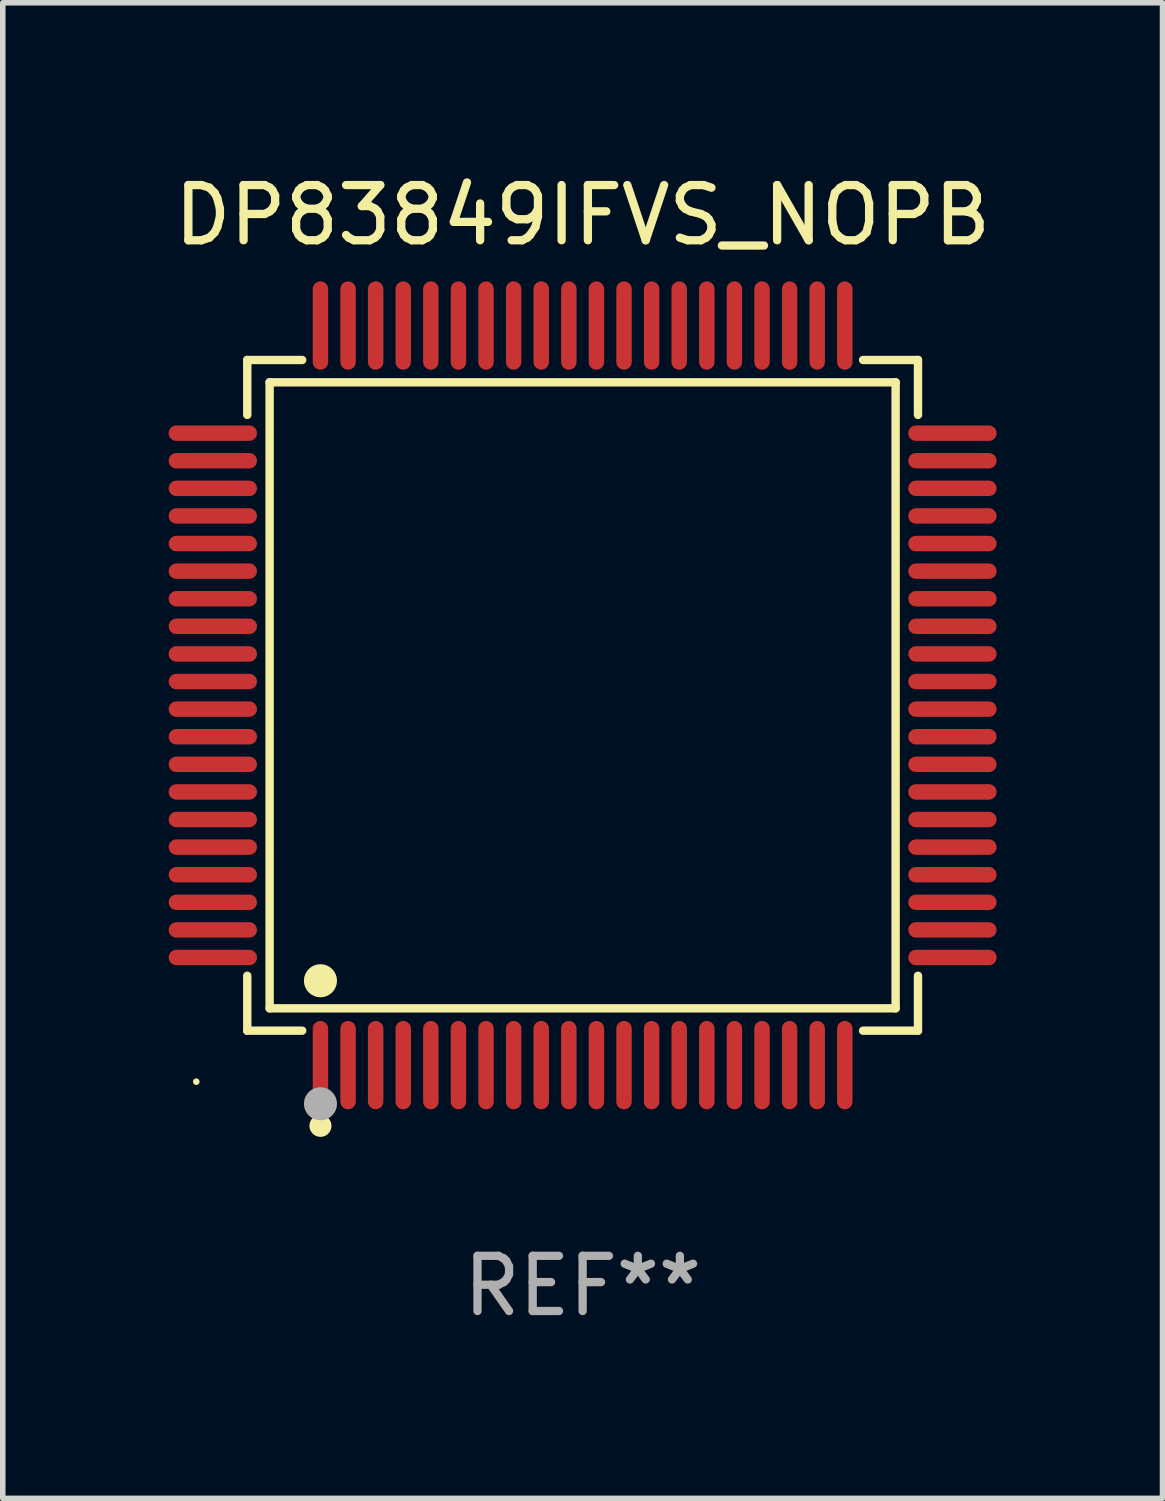
<source format=kicad_pcb>
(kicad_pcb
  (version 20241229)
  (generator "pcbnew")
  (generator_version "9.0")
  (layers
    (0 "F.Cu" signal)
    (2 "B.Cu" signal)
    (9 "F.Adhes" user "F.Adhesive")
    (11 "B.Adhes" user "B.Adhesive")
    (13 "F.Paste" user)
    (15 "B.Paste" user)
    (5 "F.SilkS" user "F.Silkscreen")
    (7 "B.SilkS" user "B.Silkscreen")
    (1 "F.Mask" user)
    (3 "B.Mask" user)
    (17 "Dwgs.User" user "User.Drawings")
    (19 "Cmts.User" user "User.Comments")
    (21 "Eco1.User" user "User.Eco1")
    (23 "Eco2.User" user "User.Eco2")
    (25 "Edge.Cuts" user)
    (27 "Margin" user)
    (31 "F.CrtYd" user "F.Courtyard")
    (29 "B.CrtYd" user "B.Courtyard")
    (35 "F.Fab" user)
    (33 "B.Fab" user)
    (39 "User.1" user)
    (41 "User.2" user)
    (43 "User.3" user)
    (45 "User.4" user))
  (footprint "DP83849IFVS_NOPB"
    (layer "F.Cu")
    (at 7.506 9.548)
    (property "Reference" "DP83849IFVS_NOPB" (at 0 -8.7 0) (layer "F.SilkS") (effects (font (size 1 1) (thickness 0.15))))
    (attr through_hole)
    (fp_line (start -6.076 -6.076) (end -5.081 -6.076) (stroke (width 0.152) (type solid)) (layer "F.SilkS"))
    (fp_line (start -6.076 -5.081) (end -6.076 -6.076) (stroke (width 0.152) (type solid)) (layer "F.SilkS"))
    (fp_line (start -6.076 5.081) (end -6.076 6.076) (stroke (width 0.152) (type solid)) (layer "F.SilkS"))
    (fp_line (start -6.076 6.076) (end -5.081 6.076) (stroke (width 0.152) (type solid)) (layer "F.SilkS"))
    (fp_line (start -5.671 -5.671) (end 5.671 -5.671) (stroke (width 0.152) (type solid)) (layer "F.SilkS"))
    (fp_line (start -5.671 5.671) (end -5.671 -5.671) (stroke (width 0.152) (type solid)) (layer "F.SilkS"))
    (fp_line (start 5.671 -5.671) (end 5.671 5.671) (stroke (width 0.152) (type solid)) (layer "F.SilkS"))
    (fp_line (start 5.671 5.671) (end -5.671 5.671) (stroke (width 0.152) (type solid)) (layer "F.SilkS"))
    (fp_line (start 6.076 -6.076) (end 5.081 -6.076) (stroke (width 0.152) (type solid)) (layer "F.SilkS"))
    (fp_line (start 6.076 -5.081) (end 6.076 -6.076) (stroke (width 0.152) (type solid)) (layer "F.SilkS"))
    (fp_line (start 6.076 5.081) (end 6.076 6.076) (stroke (width 0.152) (type solid)) (layer "F.SilkS"))
    (fp_line (start 6.076 6.076) (end 5.081 6.076) (stroke (width 0.152) (type solid)) (layer "F.SilkS"))
    (fp_circle (center -7 7) (end -6.97 7) (stroke (width 0.06) (type solid)) (fill no) (layer "F.SilkS"))
    (fp_circle (center -4.75 5.171) (end -4.6 5.171) (stroke (width 0.3) (type solid)) (fill no) (layer "F.SilkS"))
    (fp_circle (center -4.75 7.8) (end -4.65 7.8) (stroke (width 0.2) (type solid)) (fill no) (layer "F.SilkS"))
    (fp_circle (center -4.75 7.4) (end -4.6 7.4) (stroke (width 0.3) (type solid)) (fill no) (layer "F.Fab"))
    (fp_text user "REF**" (at 0 10.7 0) (layer "F.Fab") (effects (font (size 1 1) (thickness 0.15))))
    (pad "1" smd oval (at -4.75 6.7) (size 0.28 1.6) (layers "F.Cu" "F.Mask" "F.Paste"))
    (pad "2" smd oval (at -4.25 6.7) (size 0.28 1.6) (layers "F.Cu" "F.Mask" "F.Paste"))
    (pad "3" smd oval (at -3.75 6.7) (size 0.28 1.6) (layers "F.Cu" "F.Mask" "F.Paste"))
    (pad "4" smd oval (at -3.25 6.7) (size 0.28 1.6) (layers "F.Cu" "F.Mask" "F.Paste"))
    (pad "5" smd oval (at -2.75 6.7) (size 0.28 1.6) (layers "F.Cu" "F.Mask" "F.Paste"))
    (pad "6" smd oval (at -2.25 6.7) (size 0.28 1.6) (layers "F.Cu" "F.Mask" "F.Paste"))
    (pad "7" smd oval (at -1.75 6.7) (size 0.28 1.6) (layers "F.Cu" "F.Mask" "F.Paste"))
    (pad "8" smd oval (at -1.25 6.7) (size 0.28 1.6) (layers "F.Cu" "F.Mask" "F.Paste"))
    (pad "9" smd oval (at -0.75 6.7) (size 0.28 1.6) (layers "F.Cu" "F.Mask" "F.Paste"))
    (pad "10" smd oval (at -0.25 6.7) (size 0.28 1.6) (layers "F.Cu" "F.Mask" "F.Paste"))
    (pad "11" smd oval (at 0.25 6.7) (size 0.28 1.6) (layers "F.Cu" "F.Mask" "F.Paste"))
    (pad "12" smd oval (at 0.75 6.7) (size 0.28 1.6) (layers "F.Cu" "F.Mask" "F.Paste"))
    (pad "13" smd oval (at 1.25 6.7) (size 0.28 1.6) (layers "F.Cu" "F.Mask" "F.Paste"))
    (pad "14" smd oval (at 1.75 6.7) (size 0.28 1.6) (layers "F.Cu" "F.Mask" "F.Paste"))
    (pad "15" smd oval (at 2.25 6.7) (size 0.28 1.6) (layers "F.Cu" "F.Mask" "F.Paste"))
    (pad "16" smd oval (at 2.75 6.7) (size 0.28 1.6) (layers "F.Cu" "F.Mask" "F.Paste"))
    (pad "17" smd oval (at 3.25 6.7) (size 0.28 1.6) (layers "F.Cu" "F.Mask" "F.Paste"))
    (pad "18" smd oval (at 3.75 6.7) (size 0.28 1.6) (layers "F.Cu" "F.Mask" "F.Paste"))
    (pad "19" smd oval (at 4.25 6.7) (size 0.28 1.6) (layers "F.Cu" "F.Mask" "F.Paste"))
    (pad "20" smd oval (at 4.75 6.7) (size 0.28 1.6) (layers "F.Cu" "F.Mask" "F.Paste"))
    (pad "21" smd oval (at 6.7 4.75) (size 1.6 0.28) (layers "F.Cu" "F.Mask" "F.Paste"))
    (pad "22" smd oval (at 6.7 4.25) (size 1.6 0.28) (layers "F.Cu" "F.Mask" "F.Paste"))
    (pad "23" smd oval (at 6.7 3.75) (size 1.6 0.28) (layers "F.Cu" "F.Mask" "F.Paste"))
    (pad "24" smd oval (at 6.7 3.25) (size 1.6 0.28) (layers "F.Cu" "F.Mask" "F.Paste"))
    (pad "25" smd oval (at 6.7 2.75) (size 1.6 0.28) (layers "F.Cu" "F.Mask" "F.Paste"))
    (pad "26" smd oval (at 6.7 2.25) (size 1.6 0.28) (layers "F.Cu" "F.Mask" "F.Paste"))
    (pad "27" smd oval (at 6.7 1.75) (size 1.6 0.28) (layers "F.Cu" "F.Mask" "F.Paste"))
    (pad "28" smd oval (at 6.7 1.25) (size 1.6 0.28) (layers "F.Cu" "F.Mask" "F.Paste"))
    (pad "29" smd oval (at 6.7 0.75) (size 1.6 0.28) (layers "F.Cu" "F.Mask" "F.Paste"))
    (pad "30" smd oval (at 6.7 0.25) (size 1.6 0.28) (layers "F.Cu" "F.Mask" "F.Paste"))
    (pad "31" smd oval (at 6.7 -0.25) (size 1.6 0.28) (layers "F.Cu" "F.Mask" "F.Paste"))
    (pad "32" smd oval (at 6.7 -0.75) (size 1.6 0.28) (layers "F.Cu" "F.Mask" "F.Paste"))
    (pad "33" smd oval (at 6.7 -1.25) (size 1.6 0.28) (layers "F.Cu" "F.Mask" "F.Paste"))
    (pad "34" smd oval (at 6.7 -1.75) (size 1.6 0.28) (layers "F.Cu" "F.Mask" "F.Paste"))
    (pad "35" smd oval (at 6.7 -2.25) (size 1.6 0.28) (layers "F.Cu" "F.Mask" "F.Paste"))
    (pad "36" smd oval (at 6.7 -2.75) (size 1.6 0.28) (layers "F.Cu" "F.Mask" "F.Paste"))
    (pad "37" smd oval (at 6.7 -3.25) (size 1.6 0.28) (layers "F.Cu" "F.Mask" "F.Paste"))
    (pad "38" smd oval (at 6.7 -3.75) (size 1.6 0.28) (layers "F.Cu" "F.Mask" "F.Paste"))
    (pad "39" smd oval (at 6.7 -4.25) (size 1.6 0.28) (layers "F.Cu" "F.Mask" "F.Paste"))
    (pad "40" smd oval (at 6.7 -4.75) (size 1.6 0.28) (layers "F.Cu" "F.Mask" "F.Paste"))
    (pad "41" smd oval (at 4.75 -6.7) (size 0.28 1.6) (layers "F.Cu" "F.Mask" "F.Paste"))
    (pad "42" smd oval (at 4.25 -6.7) (size 0.28 1.6) (layers "F.Cu" "F.Mask" "F.Paste"))
    (pad "43" smd oval (at 3.75 -6.7) (size 0.28 1.6) (layers "F.Cu" "F.Mask" "F.Paste"))
    (pad "44" smd oval (at 3.25 -6.7) (size 0.28 1.6) (layers "F.Cu" "F.Mask" "F.Paste"))
    (pad "45" smd oval (at 2.75 -6.7) (size 0.28 1.6) (layers "F.Cu" "F.Mask" "F.Paste"))
    (pad "46" smd oval (at 2.25 -6.7) (size 0.28 1.6) (layers "F.Cu" "F.Mask" "F.Paste"))
    (pad "47" smd oval (at 1.75 -6.7) (size 0.28 1.6) (layers "F.Cu" "F.Mask" "F.Paste"))
    (pad "48" smd oval (at 1.25 -6.7) (size 0.28 1.6) (layers "F.Cu" "F.Mask" "F.Paste"))
    (pad "49" smd oval (at 0.75 -6.7) (size 0.28 1.6) (layers "F.Cu" "F.Mask" "F.Paste"))
    (pad "50" smd oval (at 0.25 -6.7) (size 0.28 1.6) (layers "F.Cu" "F.Mask" "F.Paste"))
    (pad "51" smd oval (at -0.25 -6.7) (size 0.28 1.6) (layers "F.Cu" "F.Mask" "F.Paste"))
    (pad "52" smd oval (at -0.75 -6.7) (size 0.28 1.6) (layers "F.Cu" "F.Mask" "F.Paste"))
    (pad "53" smd oval (at -1.25 -6.7) (size 0.28 1.6) (layers "F.Cu" "F.Mask" "F.Paste"))
    (pad "54" smd oval (at -1.75 -6.7) (size 0.28 1.6) (layers "F.Cu" "F.Mask" "F.Paste"))
    (pad "55" smd oval (at -2.25 -6.7) (size 0.28 1.6) (layers "F.Cu" "F.Mask" "F.Paste"))
    (pad "56" smd oval (at -2.75 -6.7) (size 0.28 1.6) (layers "F.Cu" "F.Mask" "F.Paste"))
    (pad "57" smd oval (at -3.25 -6.7) (size 0.28 1.6) (layers "F.Cu" "F.Mask" "F.Paste"))
    (pad "58" smd oval (at -3.75 -6.7) (size 0.28 1.6) (layers "F.Cu" "F.Mask" "F.Paste"))
    (pad "59" smd oval (at -4.25 -6.7) (size 0.28 1.6) (layers "F.Cu" "F.Mask" "F.Paste"))
    (pad "60" smd oval (at -4.75 -6.7) (size 0.28 1.6) (layers "F.Cu" "F.Mask" "F.Paste"))
    (pad "61" smd oval (at -6.7 -4.75) (size 1.6 0.28) (layers "F.Cu" "F.Mask" "F.Paste"))
    (pad "62" smd oval (at -6.7 -4.25) (size 1.6 0.28) (layers "F.Cu" "F.Mask" "F.Paste"))
    (pad "63" smd oval (at -6.7 -3.75) (size 1.6 0.28) (layers "F.Cu" "F.Mask" "F.Paste"))
    (pad "64" smd oval (at -6.7 -3.25) (size 1.6 0.28) (layers "F.Cu" "F.Mask" "F.Paste"))
    (pad "65" smd oval (at -6.7 -2.75) (size 1.6 0.28) (layers "F.Cu" "F.Mask" "F.Paste"))
    (pad "66" smd oval (at -6.7 -2.25) (size 1.6 0.28) (layers "F.Cu" "F.Mask" "F.Paste"))
    (pad "67" smd oval (at -6.7 -1.75) (size 1.6 0.28) (layers "F.Cu" "F.Mask" "F.Paste"))
    (pad "68" smd oval (at -6.7 -1.25) (size 1.6 0.28) (layers "F.Cu" "F.Mask" "F.Paste"))
    (pad "69" smd oval (at -6.7 -0.75) (size 1.6 0.28) (layers "F.Cu" "F.Mask" "F.Paste"))
    (pad "70" smd oval (at -6.7 -0.25) (size 1.6 0.28) (layers "F.Cu" "F.Mask" "F.Paste"))
    (pad "71" smd oval (at -6.7 0.25) (size 1.6 0.28) (layers "F.Cu" "F.Mask" "F.Paste"))
    (pad "72" smd oval (at -6.7 0.75) (size 1.6 0.28) (layers "F.Cu" "F.Mask" "F.Paste"))
    (pad "73" smd oval (at -6.7 1.25) (size 1.6 0.28) (layers "F.Cu" "F.Mask" "F.Paste"))
    (pad "74" smd oval (at -6.7 1.75) (size 1.6 0.28) (layers "F.Cu" "F.Mask" "F.Paste"))
    (pad "75" smd oval (at -6.7 2.25) (size 1.6 0.28) (layers "F.Cu" "F.Mask" "F.Paste"))
    (pad "76" smd oval (at -6.7 2.75) (size 1.6 0.28) (layers "F.Cu" "F.Mask" "F.Paste"))
    (pad "77" smd oval (at -6.7 3.25) (size 1.6 0.28) (layers "F.Cu" "F.Mask" "F.Paste"))
    (pad "78" smd oval (at -6.7 3.75) (size 1.6 0.28) (layers "F.Cu" "F.Mask" "F.Paste"))
    (pad "79" smd oval (at -6.7 4.25) (size 1.6 0.28) (layers "F.Cu" "F.Mask" "F.Paste"))
    (pad "80" smd oval (at -6.7 4.75) (size 1.6 0.28) (layers "F.Cu" "F.Mask" "F.Paste")))
  (gr_rect
    (start -3 -3)
    (end 18.012 24.097)
    (stroke (width 0.1) (type default))
    (fill no)
    (layer "Edge.Cuts")))
</source>
